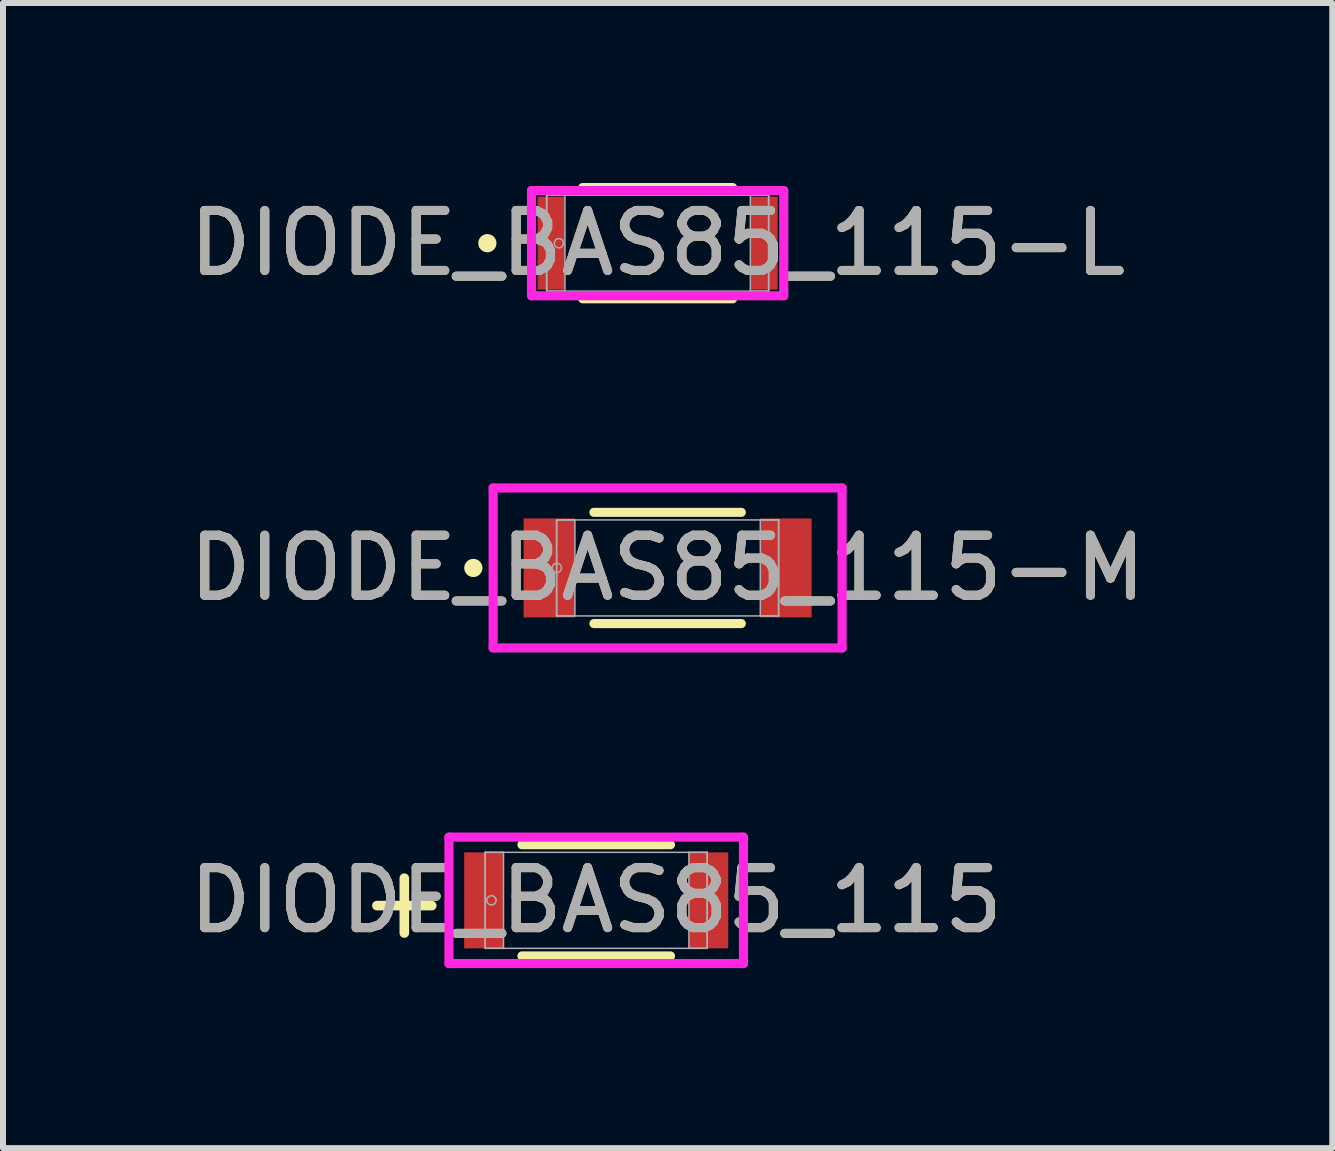
<source format=kicad_pcb>
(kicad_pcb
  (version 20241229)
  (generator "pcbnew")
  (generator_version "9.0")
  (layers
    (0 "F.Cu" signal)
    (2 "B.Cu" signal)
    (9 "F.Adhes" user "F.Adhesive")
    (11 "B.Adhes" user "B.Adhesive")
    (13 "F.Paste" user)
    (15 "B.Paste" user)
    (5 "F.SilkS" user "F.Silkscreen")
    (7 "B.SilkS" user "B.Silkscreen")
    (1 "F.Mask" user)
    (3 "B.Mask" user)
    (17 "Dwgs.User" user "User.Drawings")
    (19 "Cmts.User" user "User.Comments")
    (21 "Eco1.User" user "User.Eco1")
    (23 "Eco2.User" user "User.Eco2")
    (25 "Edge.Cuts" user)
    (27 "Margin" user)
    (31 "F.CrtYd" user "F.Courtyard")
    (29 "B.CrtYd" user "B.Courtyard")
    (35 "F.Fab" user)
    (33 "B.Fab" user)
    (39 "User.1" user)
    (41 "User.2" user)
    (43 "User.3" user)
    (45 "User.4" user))
  (footprint "DIODE_BAS85_115-M"
    (layer "F.Cu")
    (at 8.077 6.416)
    (property "Reference" "DIODE_BAS85_115-M" (at 0 0 0) (unlocked yes) (layer "F.SilkS") (effects (font (size 1 1) (thickness 0.15))))
    (attr smd)
    (fp_line (start -1.228 0.927) (end 1.228 0.927) (stroke (width 0.152) (type solid)) (layer "F.SilkS"))
    (fp_line (start 1.228 -0.927) (end -1.228 -0.927) (stroke (width 0.152) (type solid)) (layer "F.SilkS"))
    (fp_circle (center -3.238 0) (end -3.162 0) (stroke (width 0.152) (type solid)) (fill no) (layer "F.SilkS"))
    (fp_line (start -2.908 -1.333) (end 2.908 -1.333) (stroke (width 0.152) (type solid)) (layer "F.CrtYd"))
    (fp_line (start -2.908 1.333) (end -2.908 -1.333) (stroke (width 0.152) (type solid)) (layer "F.CrtYd"))
    (fp_line (start 2.908 -1.333) (end 2.908 1.333) (stroke (width 0.152) (type solid)) (layer "F.CrtYd"))
    (fp_line (start 2.908 1.333) (end -2.908 1.333) (stroke (width 0.152) (type solid)) (layer "F.CrtYd"))
    (fp_line (start -1.85 -0.8) (end -1.85 0.8) (stroke (width 0.025) (type solid)) (layer "F.Fab"))
    (fp_line (start -1.85 -0.8) (end -1.85 0.8) (stroke (width 0.025) (type solid)) (layer "F.Fab"))
    (fp_line (start -1.85 0.8) (end -1.545 0.8) (stroke (width 0.025) (type solid)) (layer "F.Fab"))
    (fp_line (start -1.85 0.8) (end 1.85 0.8) (stroke (width 0.025) (type solid)) (layer "F.Fab"))
    (fp_line (start -1.545 -0.8) (end -1.85 -0.8) (stroke (width 0.025) (type solid)) (layer "F.Fab"))
    (fp_line (start -1.545 0.8) (end -1.545 -0.8) (stroke (width 0.025) (type solid)) (layer "F.Fab"))
    (fp_line (start 1.545 -0.8) (end 1.545 0.8) (stroke (width 0.025) (type solid)) (layer "F.Fab"))
    (fp_line (start 1.545 0.8) (end 1.85 0.8) (stroke (width 0.025) (type solid)) (layer "F.Fab"))
    (fp_line (start 1.85 -0.8) (end -1.85 -0.8) (stroke (width 0.025) (type solid)) (layer "F.Fab"))
    (fp_line (start 1.85 -0.8) (end 1.545 -0.8) (stroke (width 0.025) (type solid)) (layer "F.Fab"))
    (fp_line (start 1.85 0.8) (end 1.85 -0.8) (stroke (width 0.025) (type solid)) (layer "F.Fab"))
    (fp_line (start 1.85 0.8) (end 1.85 -0.8) (stroke (width 0.025) (type solid)) (layer "F.Fab"))
    (fp_circle (center -1.846 0) (end -1.769 0) (stroke (width 0.025) (type solid)) (fill no) (layer "F.Fab"))
    (fp_text user "${REFERENCE}" (at 0 0 0) (unlocked yes) (layer "F.Fab") (effects (font (size 1 1) (thickness 0.15))))
    (pad "1" smd rect (at -1.973 0) (size 0.855 1.65) (layers "F.Cu" "F.Mask" "F.Paste"))
    (pad "2" smd rect (at 1.973 0) (size 0.855 1.65) (layers "F.Cu" "F.Mask" "F.Paste"))
    (zone (net_name "") (layer "F.Cu") (hatch full 0.508) (connect_pads) (min_thickness 0.254) (filled_areas_thickness no) (keepout (tracks not_allowed) (vias not_allowed) (pads allowed) (copperpour not_allowed) (footprints allowed)) (placement (enabled no)) (fill) (polygon (pts (xy 6.583 5.667) (xy 9.572 5.667) (xy 9.572 7.165) (xy 6.583 7.165)))))
  (footprint "DIODE_BAS85_115-L"
    (layer "F.Cu")
    (at 7.911 1.003)
    (property "Reference" "DIODE_BAS85_115-L" (at 0 0 0) (unlocked yes) (layer "F.SilkS") (effects (font (size 1 1) (thickness 0.15))))
    (attr smd)
    (fp_line (start -1.249 0.927) (end 1.249 0.927) (stroke (width 0.152) (type solid)) (layer "F.SilkS"))
    (fp_line (start 1.249 -0.927) (end -1.249 -0.927) (stroke (width 0.152) (type solid)) (layer "F.SilkS"))
    (fp_circle (center -2.838 0) (end -2.762 0) (stroke (width 0.152) (type solid)) (fill no) (layer "F.SilkS"))
    (fp_line (start -2.102 -0.877) (end 2.102 -0.877) (stroke (width 0.152) (type solid)) (layer "F.CrtYd"))
    (fp_line (start -2.102 0.877) (end -2.102 -0.877) (stroke (width 0.152) (type solid)) (layer "F.CrtYd"))
    (fp_line (start 2.102 -0.877) (end 2.102 0.877) (stroke (width 0.152) (type solid)) (layer "F.CrtYd"))
    (fp_line (start 2.102 0.877) (end -2.102 0.877) (stroke (width 0.152) (type solid)) (layer "F.CrtYd"))
    (fp_line (start -1.85 -0.8) (end -1.85 0.8) (stroke (width 0.025) (type solid)) (layer "F.Fab"))
    (fp_line (start -1.85 -0.8) (end -1.85 0.8) (stroke (width 0.025) (type solid)) (layer "F.Fab"))
    (fp_line (start -1.85 0.8) (end -1.545 0.8) (stroke (width 0.025) (type solid)) (layer "F.Fab"))
    (fp_line (start -1.85 0.8) (end 1.85 0.8) (stroke (width 0.025) (type solid)) (layer "F.Fab"))
    (fp_line (start -1.545 -0.8) (end -1.85 -0.8) (stroke (width 0.025) (type solid)) (layer "F.Fab"))
    (fp_line (start -1.545 0.8) (end -1.545 -0.8) (stroke (width 0.025) (type solid)) (layer "F.Fab"))
    (fp_line (start 1.545 -0.8) (end 1.545 0.8) (stroke (width 0.025) (type solid)) (layer "F.Fab"))
    (fp_line (start 1.545 0.8) (end 1.85 0.8) (stroke (width 0.025) (type solid)) (layer "F.Fab"))
    (fp_line (start 1.85 -0.8) (end -1.85 -0.8) (stroke (width 0.025) (type solid)) (layer "F.Fab"))
    (fp_line (start 1.85 -0.8) (end 1.545 -0.8) (stroke (width 0.025) (type solid)) (layer "F.Fab"))
    (fp_line (start 1.85 0.8) (end 1.85 -0.8) (stroke (width 0.025) (type solid)) (layer "F.Fab"))
    (fp_line (start 1.85 0.8) (end 1.85 -0.8) (stroke (width 0.025) (type solid)) (layer "F.Fab"))
    (fp_circle (center -1.646 0) (end -1.569 0) (stroke (width 0.025) (type solid)) (fill no) (layer "F.Fab"))
    (fp_text user "${REFERENCE}" (at 0 0 0) (unlocked yes) (layer "F.Fab") (effects (font (size 1 1) (thickness 0.15))))
    (pad "1" smd rect (at -1.773 0) (size 0.455 1.55) (layers "F.Cu" "F.Mask" "F.Paste"))
    (pad "2" smd rect (at 1.773 0) (size 0.455 1.55) (layers "F.Cu" "F.Mask" "F.Paste"))
    (zone (net_name "") (layer "F.Cu") (hatch full 0.508) (connect_pads) (min_thickness 0.254) (filled_areas_thickness no) (keepout (tracks not_allowed) (vias not_allowed) (pads allowed) (copperpour not_allowed) (footprints allowed)) (placement (enabled no)) (fill) (polygon (pts (xy 6.416 0.254) (xy 9.405 0.254) (xy 9.405 1.753) (xy 6.416 1.753)))))
  (footprint "DIODE_BAS85_115"
    (layer "F.Cu")
    (at 6.887 11.956)
    (property "Reference" "DIODE_BAS85_115" (at 0 0 0) (unlocked yes) (layer "F.SilkS") (effects (font (size 1 1) (thickness 0.15))))
    (attr smd)
    (fp_line (start -1.238 0.927) (end 1.238 0.927) (stroke (width 0.152) (type solid)) (layer "F.SilkS"))
    (fp_line (start 1.238 -0.927) (end -1.238 -0.927) (stroke (width 0.152) (type solid)) (layer "F.SilkS"))
    (fp_line (start -2.454 -1.054) (end 2.454 -1.054) (stroke (width 0.152) (type solid)) (layer "F.CrtYd"))
    (fp_line (start -2.454 1.054) (end -2.454 -1.054) (stroke (width 0.152) (type solid)) (layer "F.CrtYd"))
    (fp_line (start 2.454 -1.054) (end 2.454 1.054) (stroke (width 0.152) (type solid)) (layer "F.CrtYd"))
    (fp_line (start 2.454 1.054) (end -2.454 1.054) (stroke (width 0.152) (type solid)) (layer "F.CrtYd"))
    (fp_line (start -1.85 -0.8) (end -1.85 0.8) (stroke (width 0.025) (type solid)) (layer "F.Fab"))
    (fp_line (start -1.85 -0.8) (end -1.85 0.8) (stroke (width 0.025) (type solid)) (layer "F.Fab"))
    (fp_line (start -1.85 0.8) (end -1.545 0.8) (stroke (width 0.025) (type solid)) (layer "F.Fab"))
    (fp_line (start -1.85 0.8) (end 1.85 0.8) (stroke (width 0.025) (type solid)) (layer "F.Fab"))
    (fp_line (start -1.545 -0.8) (end -1.85 -0.8) (stroke (width 0.025) (type solid)) (layer "F.Fab"))
    (fp_line (start -1.545 0.8) (end -1.545 -0.8) (stroke (width 0.025) (type solid)) (layer "F.Fab"))
    (fp_line (start 1.545 -0.8) (end 1.545 0.8) (stroke (width 0.025) (type solid)) (layer "F.Fab"))
    (fp_line (start 1.545 0.8) (end 1.85 0.8) (stroke (width 0.025) (type solid)) (layer "F.Fab"))
    (fp_line (start 1.85 -0.8) (end -1.85 -0.8) (stroke (width 0.025) (type solid)) (layer "F.Fab"))
    (fp_line (start 1.85 -0.8) (end 1.545 -0.8) (stroke (width 0.025) (type solid)) (layer "F.Fab"))
    (fp_line (start 1.85 0.8) (end 1.85 -0.8) (stroke (width 0.025) (type solid)) (layer "F.Fab"))
    (fp_line (start 1.85 0.8) (end 1.85 -0.8) (stroke (width 0.025) (type solid)) (layer "F.Fab"))
    (fp_circle (center -1.746 0) (end -1.669 0) (stroke (width 0.025) (type solid)) (fill no) (layer "F.Fab"))
    (fp_text user "+" (at -2.35 0.7 0) (unlocked yes) (layer "F.SilkS") (effects (font (size 1.2 1.2) (thickness 0.16)) (justify left bottom mirror)))
    (fp_text user "${REFERENCE}" (at 0 0 0) (unlocked yes) (layer "F.Fab") (effects (font (size 1 1) (thickness 0.15))))
    (pad "1" smd rect (at -1.873 0) (size 0.655 1.6) (layers "F.Cu" "F.Mask" "F.Paste"))
    (pad "2" smd rect (at 1.873 0) (size 0.655 1.6) (layers "F.Cu" "F.Mask" "F.Paste")))
  (gr_rect
    (start -3 -3)
    (end 19.155 16.086)
    (stroke (width 0.1) (type default))
    (fill no)
    (layer "Edge.Cuts")))
</source>
